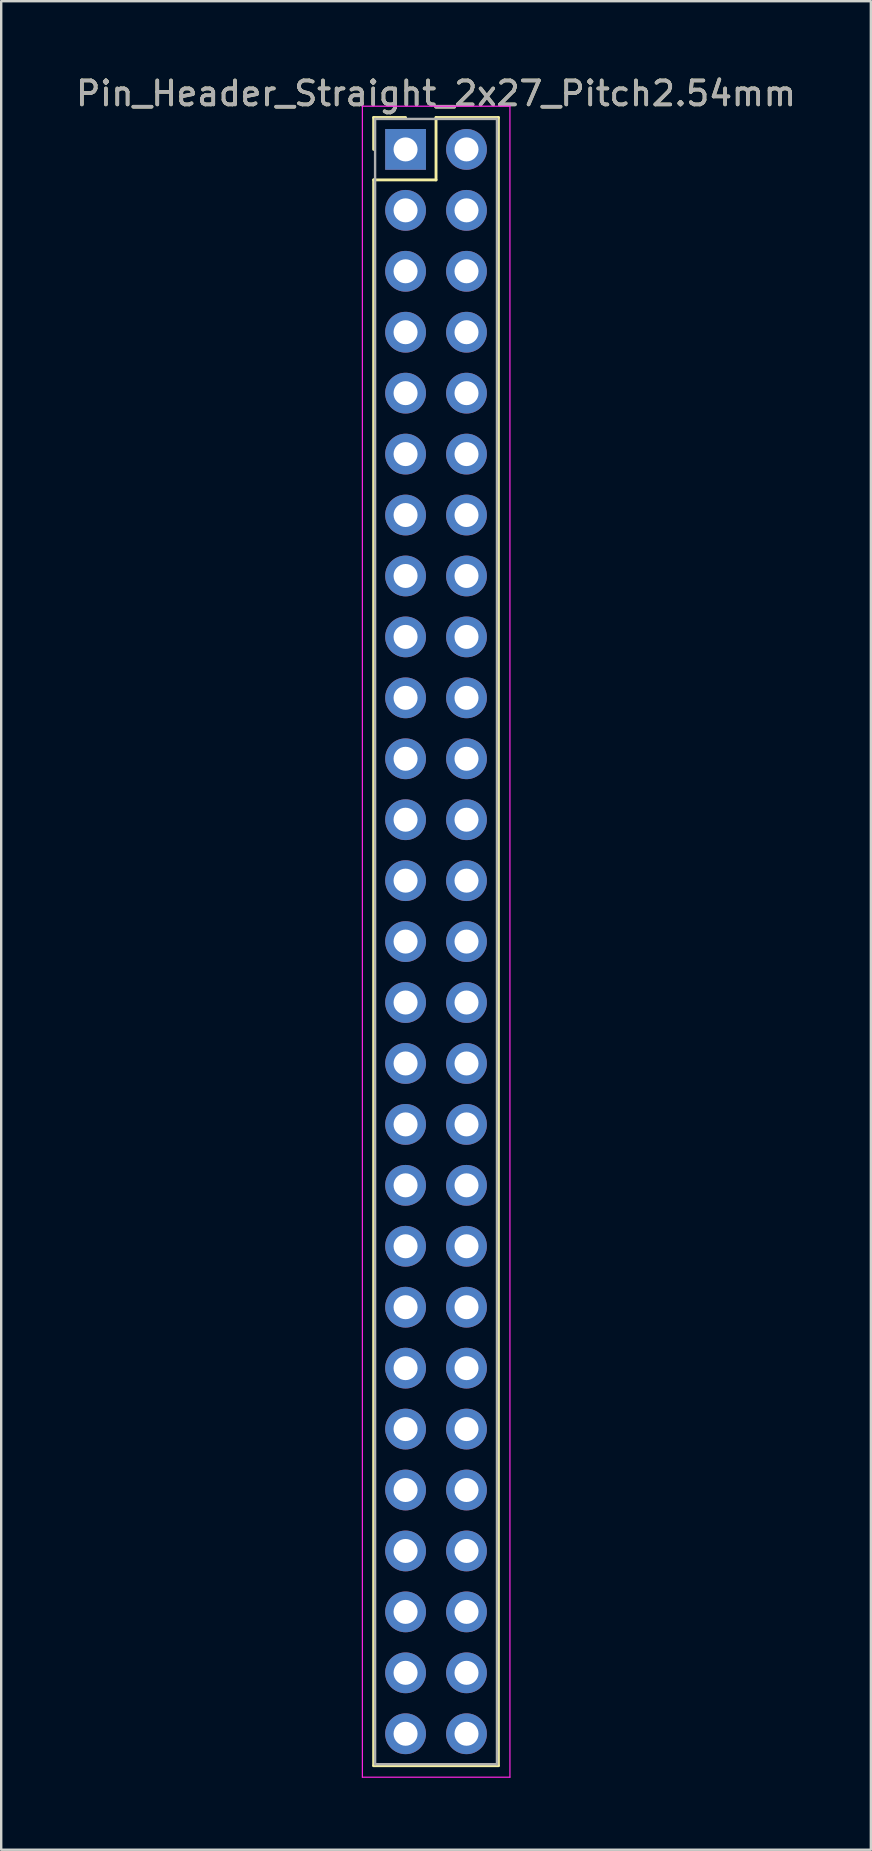
<source format=kicad_pcb>
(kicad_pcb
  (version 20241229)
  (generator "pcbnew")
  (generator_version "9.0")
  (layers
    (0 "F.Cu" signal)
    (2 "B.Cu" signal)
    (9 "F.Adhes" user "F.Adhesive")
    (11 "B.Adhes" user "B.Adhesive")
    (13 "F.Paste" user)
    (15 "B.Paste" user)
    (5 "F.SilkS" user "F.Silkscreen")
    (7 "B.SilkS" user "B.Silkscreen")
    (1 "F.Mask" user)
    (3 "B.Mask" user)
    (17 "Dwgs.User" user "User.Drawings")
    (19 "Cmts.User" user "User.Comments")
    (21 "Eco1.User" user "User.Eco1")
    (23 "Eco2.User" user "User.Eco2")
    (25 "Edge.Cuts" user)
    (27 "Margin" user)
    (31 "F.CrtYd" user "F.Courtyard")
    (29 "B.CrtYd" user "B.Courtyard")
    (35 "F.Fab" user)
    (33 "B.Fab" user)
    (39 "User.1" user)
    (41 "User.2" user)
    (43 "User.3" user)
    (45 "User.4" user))
  (footprint "Pin_Header_Straight_2x27_Pitch2.54mm"
    (layer "F.Cu")
    (at 13.855 3.178)
    (property "Reference" "Pin_Header_Straight_2x27_Pitch2.54mm" (at 1.27 -2.33 0) (layer "F.SilkS") (effects (font (size 1 1) (thickness 0.15))))
    (attr through_hole)
    (fp_line (start -1.33 -1.33) (end 0 -1.33) (stroke (width 0.12) (type solid)) (layer "F.SilkS"))
    (fp_line (start -1.33 0) (end -1.33 -1.33) (stroke (width 0.12) (type solid)) (layer "F.SilkS"))
    (fp_line (start -1.33 1.27) (end -1.33 67.37) (stroke (width 0.12) (type solid)) (layer "F.SilkS"))
    (fp_line (start -1.33 67.37) (end 3.87 67.37) (stroke (width 0.12) (type solid)) (layer "F.SilkS"))
    (fp_line (start 1.27 -1.33) (end 1.27 1.27) (stroke (width 0.12) (type solid)) (layer "F.SilkS"))
    (fp_line (start 1.27 1.27) (end -1.33 1.27) (stroke (width 0.12) (type solid)) (layer "F.SilkS"))
    (fp_line (start 3.87 -1.33) (end 1.27 -1.33) (stroke (width 0.12) (type solid)) (layer "F.SilkS"))
    (fp_line (start 3.87 67.37) (end 3.87 -1.33) (stroke (width 0.12) (type solid)) (layer "F.SilkS"))
    (fp_line (start -1.8 -1.8) (end -1.8 67.85) (stroke (width 0.05) (type solid)) (layer "F.CrtYd"))
    (fp_line (start -1.8 67.85) (end 4.35 67.85) (stroke (width 0.05) (type solid)) (layer "F.CrtYd"))
    (fp_line (start 4.35 -1.8) (end -1.8 -1.8) (stroke (width 0.05) (type solid)) (layer "F.CrtYd"))
    (fp_line (start 4.35 67.85) (end 4.35 -1.8) (stroke (width 0.05) (type solid)) (layer "F.CrtYd"))
    (fp_line (start -1.27 -1.27) (end -1.27 67.31) (stroke (width 0.1) (type solid)) (layer "F.Fab"))
    (fp_line (start -1.27 67.31) (end 3.81 67.31) (stroke (width 0.1) (type solid)) (layer "F.Fab"))
    (fp_line (start 3.81 -1.27) (end -1.27 -1.27) (stroke (width 0.1) (type solid)) (layer "F.Fab"))
    (fp_line (start 3.81 67.31) (end 3.81 -1.27) (stroke (width 0.1) (type solid)) (layer "F.Fab"))
    (fp_text user "${REFERENCE}" (at 1.27 -2.33 0) (layer "F.Fab") (effects (font (size 1 1) (thickness 0.15))))
    (pad "1" thru_hole rect (at 0 0) (size 1.7 1.7) (drill 1) (layers "*.Cu" "*.Mask"))
    (pad "2" thru_hole oval (at 2.54 0) (size 1.7 1.7) (drill 1) (layers "*.Cu" "*.Mask"))
    (pad "3" thru_hole oval (at 0 2.54) (size 1.7 1.7) (drill 1) (layers "*.Cu" "*.Mask"))
    (pad "4" thru_hole oval (at 2.54 2.54) (size 1.7 1.7) (drill 1) (layers "*.Cu" "*.Mask"))
    (pad "5" thru_hole oval (at 0 5.08) (size 1.7 1.7) (drill 1) (layers "*.Cu" "*.Mask"))
    (pad "6" thru_hole oval (at 2.54 5.08) (size 1.7 1.7) (drill 1) (layers "*.Cu" "*.Mask"))
    (pad "7" thru_hole oval (at 0 7.62) (size 1.7 1.7) (drill 1) (layers "*.Cu" "*.Mask"))
    (pad "8" thru_hole oval (at 2.54 7.62) (size 1.7 1.7) (drill 1) (layers "*.Cu" "*.Mask"))
    (pad "9" thru_hole oval (at 0 10.16) (size 1.7 1.7) (drill 1) (layers "*.Cu" "*.Mask"))
    (pad "10" thru_hole oval (at 2.54 10.16) (size 1.7 1.7) (drill 1) (layers "*.Cu" "*.Mask"))
    (pad "11" thru_hole oval (at 0 12.7) (size 1.7 1.7) (drill 1) (layers "*.Cu" "*.Mask"))
    (pad "12" thru_hole oval (at 2.54 12.7) (size 1.7 1.7) (drill 1) (layers "*.Cu" "*.Mask"))
    (pad "13" thru_hole oval (at 0 15.24) (size 1.7 1.7) (drill 1) (layers "*.Cu" "*.Mask"))
    (pad "14" thru_hole oval (at 2.54 15.24) (size 1.7 1.7) (drill 1) (layers "*.Cu" "*.Mask"))
    (pad "15" thru_hole oval (at 0 17.78) (size 1.7 1.7) (drill 1) (layers "*.Cu" "*.Mask"))
    (pad "16" thru_hole oval (at 2.54 17.78) (size 1.7 1.7) (drill 1) (layers "*.Cu" "*.Mask"))
    (pad "17" thru_hole oval (at 0 20.32) (size 1.7 1.7) (drill 1) (layers "*.Cu" "*.Mask"))
    (pad "18" thru_hole oval (at 2.54 20.32) (size 1.7 1.7) (drill 1) (layers "*.Cu" "*.Mask"))
    (pad "19" thru_hole oval (at 0 22.86) (size 1.7 1.7) (drill 1) (layers "*.Cu" "*.Mask"))
    (pad "20" thru_hole oval (at 2.54 22.86) (size 1.7 1.7) (drill 1) (layers "*.Cu" "*.Mask"))
    (pad "21" thru_hole oval (at 0 25.4) (size 1.7 1.7) (drill 1) (layers "*.Cu" "*.Mask"))
    (pad "22" thru_hole oval (at 2.54 25.4) (size 1.7 1.7) (drill 1) (layers "*.Cu" "*.Mask"))
    (pad "23" thru_hole oval (at 0 27.94) (size 1.7 1.7) (drill 1) (layers "*.Cu" "*.Mask"))
    (pad "24" thru_hole oval (at 2.54 27.94) (size 1.7 1.7) (drill 1) (layers "*.Cu" "*.Mask"))
    (pad "25" thru_hole oval (at 0 30.48) (size 1.7 1.7) (drill 1) (layers "*.Cu" "*.Mask"))
    (pad "26" thru_hole oval (at 2.54 30.48) (size 1.7 1.7) (drill 1) (layers "*.Cu" "*.Mask"))
    (pad "27" thru_hole oval (at 0 33.02) (size 1.7 1.7) (drill 1) (layers "*.Cu" "*.Mask"))
    (pad "28" thru_hole oval (at 2.54 33.02) (size 1.7 1.7) (drill 1) (layers "*.Cu" "*.Mask"))
    (pad "29" thru_hole oval (at 0 35.56) (size 1.7 1.7) (drill 1) (layers "*.Cu" "*.Mask"))
    (pad "30" thru_hole oval (at 2.54 35.56) (size 1.7 1.7) (drill 1) (layers "*.Cu" "*.Mask"))
    (pad "31" thru_hole oval (at 0 38.1) (size 1.7 1.7) (drill 1) (layers "*.Cu" "*.Mask"))
    (pad "32" thru_hole oval (at 2.54 38.1) (size 1.7 1.7) (drill 1) (layers "*.Cu" "*.Mask"))
    (pad "33" thru_hole oval (at 0 40.64) (size 1.7 1.7) (drill 1) (layers "*.Cu" "*.Mask"))
    (pad "34" thru_hole oval (at 2.54 40.64) (size 1.7 1.7) (drill 1) (layers "*.Cu" "*.Mask"))
    (pad "35" thru_hole oval (at 0 43.18) (size 1.7 1.7) (drill 1) (layers "*.Cu" "*.Mask"))
    (pad "36" thru_hole oval (at 2.54 43.18) (size 1.7 1.7) (drill 1) (layers "*.Cu" "*.Mask"))
    (pad "37" thru_hole oval (at 0 45.72) (size 1.7 1.7) (drill 1) (layers "*.Cu" "*.Mask"))
    (pad "38" thru_hole oval (at 2.54 45.72) (size 1.7 1.7) (drill 1) (layers "*.Cu" "*.Mask"))
    (pad "39" thru_hole oval (at 0 48.26) (size 1.7 1.7) (drill 1) (layers "*.Cu" "*.Mask"))
    (pad "40" thru_hole oval (at 2.54 48.26) (size 1.7 1.7) (drill 1) (layers "*.Cu" "*.Mask"))
    (pad "41" thru_hole oval (at 0 50.8) (size 1.7 1.7) (drill 1) (layers "*.Cu" "*.Mask"))
    (pad "42" thru_hole oval (at 2.54 50.8) (size 1.7 1.7) (drill 1) (layers "*.Cu" "*.Mask"))
    (pad "43" thru_hole oval (at 0 53.34) (size 1.7 1.7) (drill 1) (layers "*.Cu" "*.Mask"))
    (pad "44" thru_hole oval (at 2.54 53.34) (size 1.7 1.7) (drill 1) (layers "*.Cu" "*.Mask"))
    (pad "45" thru_hole oval (at 0 55.88) (size 1.7 1.7) (drill 1) (layers "*.Cu" "*.Mask"))
    (pad "46" thru_hole oval (at 2.54 55.88) (size 1.7 1.7) (drill 1) (layers "*.Cu" "*.Mask"))
    (pad "47" thru_hole oval (at 0 58.42) (size 1.7 1.7) (drill 1) (layers "*.Cu" "*.Mask"))
    (pad "48" thru_hole oval (at 2.54 58.42) (size 1.7 1.7) (drill 1) (layers "*.Cu" "*.Mask"))
    (pad "49" thru_hole oval (at 0 60.96) (size 1.7 1.7) (drill 1) (layers "*.Cu" "*.Mask"))
    (pad "50" thru_hole oval (at 2.54 60.96) (size 1.7 1.7) (drill 1) (layers "*.Cu" "*.Mask"))
    (pad "51" thru_hole oval (at 0 63.5) (size 1.7 1.7) (drill 1) (layers "*.Cu" "*.Mask"))
    (pad "52" thru_hole oval (at 2.54 63.5) (size 1.7 1.7) (drill 1) (layers "*.Cu" "*.Mask"))
    (pad "53" thru_hole oval (at 0 66.04) (size 1.7 1.7) (drill 1) (layers "*.Cu" "*.Mask"))
    (pad "54" thru_hole oval (at 2.54 66.04) (size 1.7 1.7) (drill 1) (layers "*.Cu" "*.Mask")))
  (gr_rect
    (start -3 -3)
    (end 33.25 74.053)
    (stroke (width 0.1) (type default))
    (fill no)
    (layer "Edge.Cuts")))
</source>
